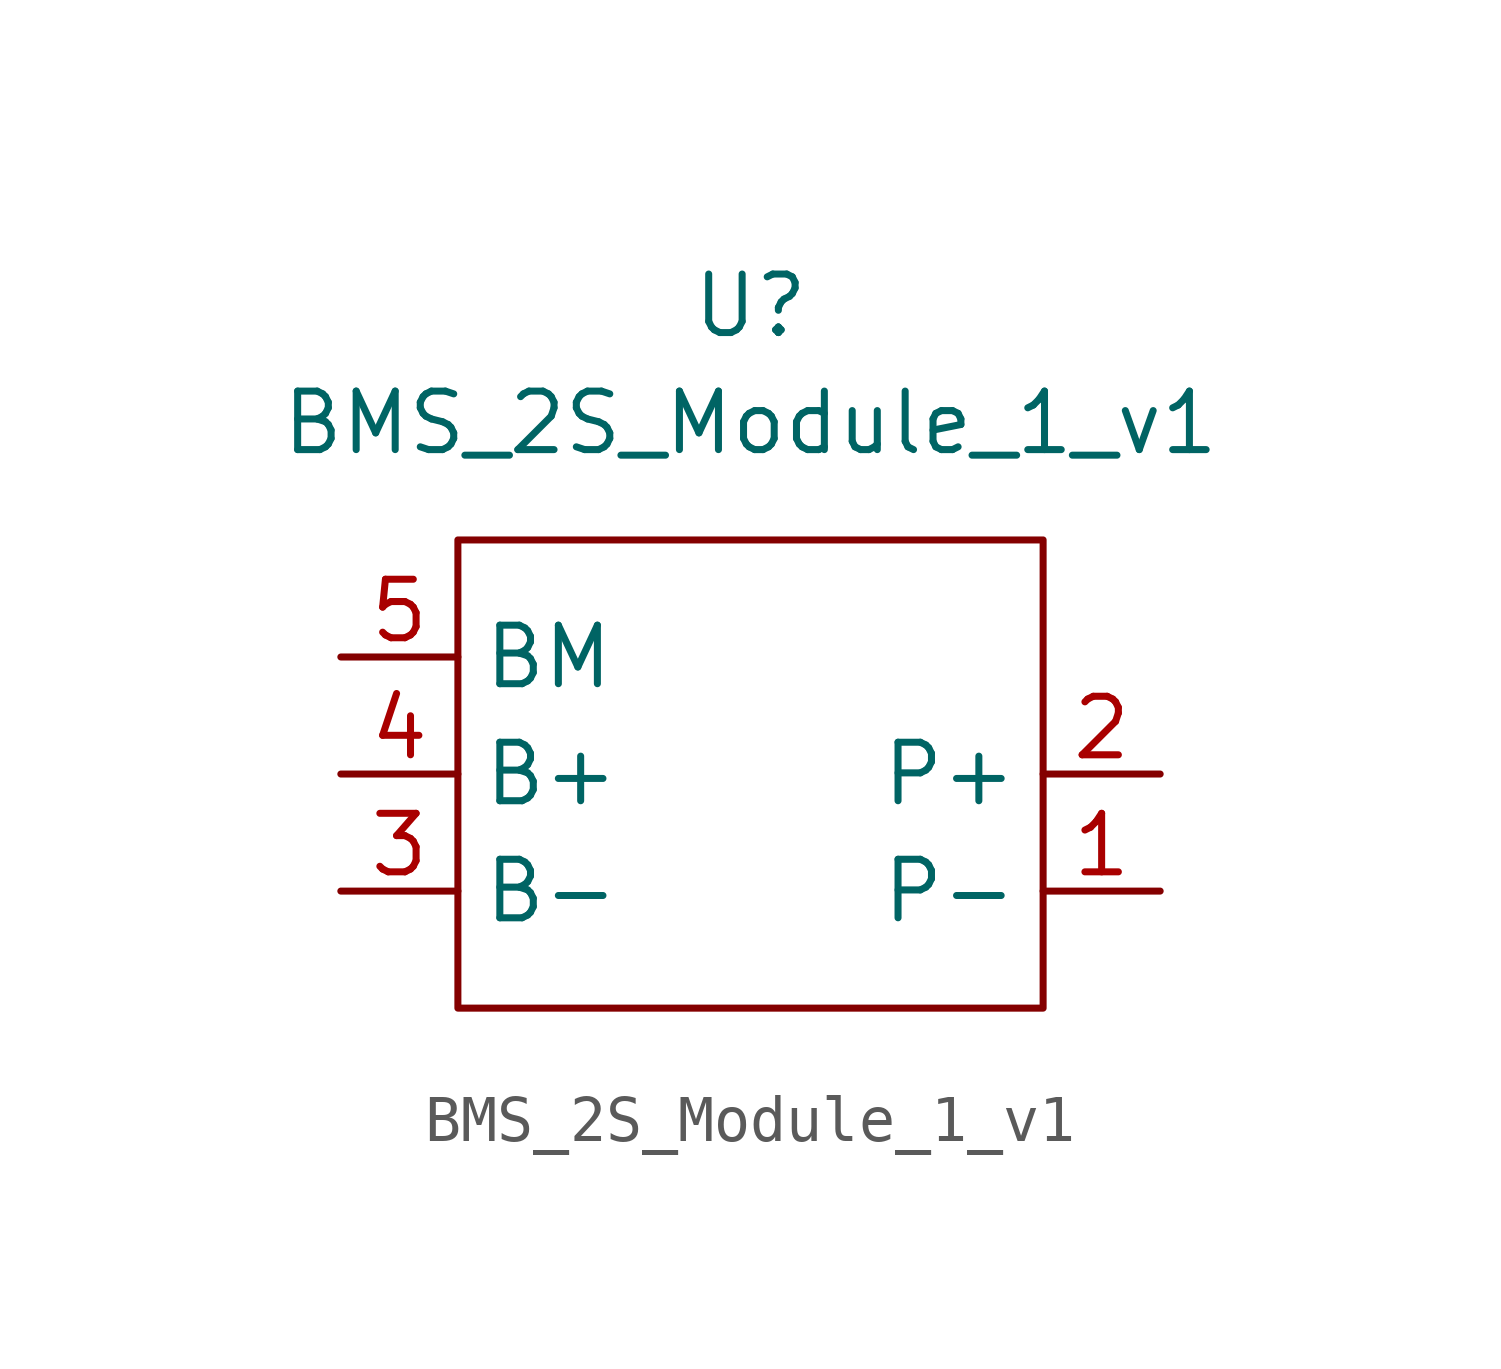
<source format=kicad_sym>
(kicad_symbol_lib
  (version 20241209)
  (generator "kicad_symbol_editor")
  (generator_version "9.0")
  (symbol "BMS_2S_Module_1_v1"
    (property "Reference" "U"
      (at 0 10.16 0)
      (effects (font (size 1.27 1.27))))
    (property "Value" "BMS_2S_Module_1_v1"
      (at 0 7.62 0)
      (effects (font (size 1.27 1.27))))
    (symbol "BMS_2S_Module_1_v1_0_1"
      (rectangle (start -6.35 5.08) (end 6.35 -5.08) (stroke (width 0) (type default)) (fill (type none))))
    (symbol "BMS_2S_Module_1_v1_1_1"
      (pin power_in line (at -8.89 2.54 0) (length 2.54) (name "BM" (effects (font (size 1.27 1.27)))) (number "5" (effects (font (size 1.27 1.27)))))
      (pin power_in line (at -8.89 0 0) (length 2.54) (name "B+" (effects (font (size 1.27 1.27)))) (number "4" (effects (font (size 1.27 1.27)))))
      (pin power_in line (at -8.89 -2.54 0) (length 2.54) (name "B-" (effects (font (size 1.27 1.27)))) (number "3" (effects (font (size 1.27 1.27)))))
      (pin power_out line (at 8.89 0 180) (length 2.54) (name "P+" (effects (font (size 1.27 1.27)))) (number "2" (effects (font (size 1.27 1.27)))))
      (pin power_out line (at 8.89 -2.54 180) (length 2.54) (name "P-" (effects (font (size 1.27 1.27)))) (number "1" (effects (font (size 1.27 1.27))))))))
</source>
